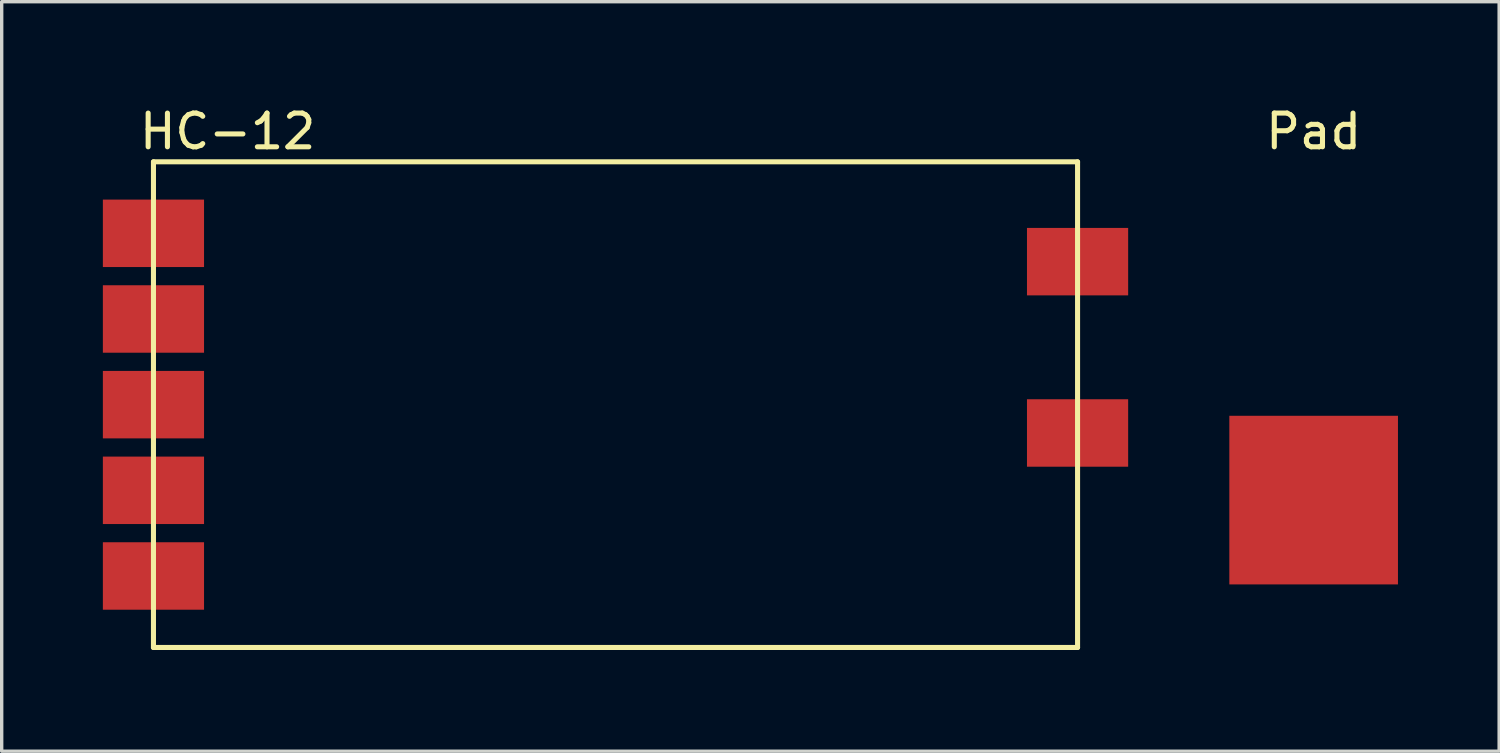
<source format=kicad_pcb>
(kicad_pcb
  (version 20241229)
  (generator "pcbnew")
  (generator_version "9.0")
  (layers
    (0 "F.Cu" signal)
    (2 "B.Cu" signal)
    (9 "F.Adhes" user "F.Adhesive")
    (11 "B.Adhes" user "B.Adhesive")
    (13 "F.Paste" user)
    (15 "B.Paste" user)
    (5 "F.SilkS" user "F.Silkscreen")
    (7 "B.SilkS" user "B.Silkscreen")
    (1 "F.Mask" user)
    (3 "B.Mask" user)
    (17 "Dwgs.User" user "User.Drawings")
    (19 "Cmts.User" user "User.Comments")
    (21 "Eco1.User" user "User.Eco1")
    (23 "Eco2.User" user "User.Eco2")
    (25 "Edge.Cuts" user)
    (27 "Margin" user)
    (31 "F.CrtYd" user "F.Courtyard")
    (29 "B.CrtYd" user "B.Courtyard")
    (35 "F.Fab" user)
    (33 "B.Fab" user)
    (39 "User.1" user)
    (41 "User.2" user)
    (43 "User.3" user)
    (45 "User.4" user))
  (footprint "Pad"
    (layer "F.Cu")
    (at 35.9 11.778)
    (property "Reference" "Pad" (at 0 -10.93 0) (layer "F.SilkS") (effects (font (size 1 1) (thickness 0.15))))
    (attr through_hole)
    (pad "1" smd rect (at 0 0) (size 5 5) (layers "F.Cu" "F.Mask" "F.Paste")))
  (footprint "HC-12"
    (layer "F.Cu")
    (at 1.5 1.748)
    (property "Reference" "HC-12" (at 2.2 -0.9 0) (layer "F.SilkS") (effects (font (size 1 1) (thickness 0.15))))
    (attr through_hole)
    (fp_line (start 0 0) (end 27.4 0) (stroke (width 0.15) (type solid)) (layer "F.SilkS"))
    (fp_line (start 0 14.4) (end 0 0) (stroke (width 0.15) (type solid)) (layer "F.SilkS"))
    (fp_line (start 27.4 0) (end 27.4 14.4) (stroke (width 0.15) (type solid)) (layer "F.SilkS"))
    (fp_line (start 27.4 14.4) (end 0 14.4) (stroke (width 0.15) (type solid)) (layer "F.SilkS"))
    (pad "1" smd rect (at 0 2.12) (size 3 2) (layers "F.Cu" "F.Mask" "F.Paste"))
    (pad "2" smd rect (at 0 4.66) (size 3 2) (layers "F.Cu" "F.Mask" "F.Paste"))
    (pad "3" smd rect (at 0 7.2) (size 3 2) (layers "F.Cu" "F.Mask" "F.Paste"))
    (pad "4" smd rect (at 0 9.74) (size 3 2) (layers "F.Cu" "F.Mask" "F.Paste"))
    (pad "5" smd rect (at 0 12.28) (size 3 2) (layers "F.Cu" "F.Mask" "F.Paste"))
    (pad "7" smd rect (at 27.4 2.96) (size 3 2) (layers "F.Cu" "F.Mask" "F.Paste"))
    (pad "8" smd rect (at 27.4 8.04) (size 3 2) (layers "F.Cu" "F.Mask" "F.Paste")))
  (gr_rect
    (start -3 -3)
    (end 41.4 19.223)
    (stroke (width 0.1) (type default))
    (fill no)
    (layer "Edge.Cuts")))
</source>
